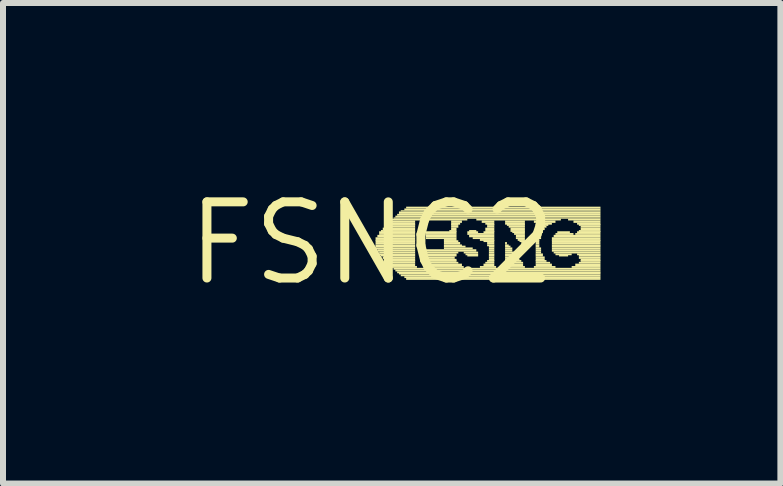
<source format=kicad_pcb>
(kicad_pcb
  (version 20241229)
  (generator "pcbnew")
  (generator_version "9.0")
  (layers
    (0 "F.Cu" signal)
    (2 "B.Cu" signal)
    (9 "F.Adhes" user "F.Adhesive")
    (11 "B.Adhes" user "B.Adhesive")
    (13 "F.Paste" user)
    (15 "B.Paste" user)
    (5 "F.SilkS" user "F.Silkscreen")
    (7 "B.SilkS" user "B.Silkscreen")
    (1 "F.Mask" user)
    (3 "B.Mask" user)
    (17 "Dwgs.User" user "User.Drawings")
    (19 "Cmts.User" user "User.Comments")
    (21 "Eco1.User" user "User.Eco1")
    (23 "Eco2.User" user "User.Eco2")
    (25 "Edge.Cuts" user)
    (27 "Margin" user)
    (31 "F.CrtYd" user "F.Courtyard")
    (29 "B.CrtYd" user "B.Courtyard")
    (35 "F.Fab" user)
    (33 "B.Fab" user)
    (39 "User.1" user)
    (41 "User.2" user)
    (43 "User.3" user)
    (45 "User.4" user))
  (footprint "FSNC2"
    (layer "F.Cu")
    (at 3.152 1.006)
    (property "Reference" "FSNC2" (at 0 0 0) (layer "F.SilkS") (effects (font (size 1.27 1.27) (thickness 0.15))))
    (fp_poly (pts (xy 0.06 -0.07) (xy 0.72 -0.07) (xy 0.72 -0.1) (xy 0.06 -0.1)) (stroke (width 0) (type solid)) (fill yes) (layer "F.SilkS"))
    (fp_poly (pts (xy 0.06 -0.04) (xy 0.72 -0.04) (xy 0.72 -0.07) (xy 0.06 -0.07)) (stroke (width 0) (type solid)) (fill yes) (layer "F.SilkS"))
    (fp_poly (pts (xy 0.06 -0.02) (xy 0.72 -0.02) (xy 0.72 -0.05) (xy 0.06 -0.05)) (stroke (width 0) (type solid)) (fill yes) (layer "F.SilkS"))
    (fp_poly (pts (xy 0.06 0.02) (xy 0.72 0.02) (xy 0.72 -0.02) (xy 0.06 -0.02)) (stroke (width 0) (type solid)) (fill yes) (layer "F.SilkS"))
    (fp_poly (pts (xy 0.06 0.05) (xy 0.72 0.05) (xy 0.72 0.02) (xy 0.06 0.02)) (stroke (width 0) (type solid)) (fill yes) (layer "F.SilkS"))
    (fp_poly (pts (xy 0.06 0.07) (xy 0.72 0.07) (xy 0.72 0.04) (xy 0.06 0.04)) (stroke (width 0) (type solid)) (fill yes) (layer "F.SilkS"))
    (fp_poly (pts (xy 0.06 0.1) (xy 0.72 0.1) (xy 0.72 0.07) (xy 0.06 0.07)) (stroke (width 0) (type solid)) (fill yes) (layer "F.SilkS"))
    (fp_poly (pts (xy 0.09 -0.1) (xy 0.72 -0.1) (xy 0.72 -0.14) (xy 0.09 -0.14)) (stroke (width 0) (type solid)) (fill yes) (layer "F.SilkS"))
    (fp_poly (pts (xy 0.09 0.14) (xy 0.72 0.14) (xy 0.72 0.1) (xy 0.09 0.1)) (stroke (width 0) (type solid)) (fill yes) (layer "F.SilkS"))
    (fp_poly (pts (xy 0.12 -0.17) (xy 0.72 -0.17) (xy 0.72 -0.2) (xy 0.12 -0.2)) (stroke (width 0) (type solid)) (fill yes) (layer "F.SilkS"))
    (fp_poly (pts (xy 0.12 -0.14) (xy 0.72 -0.14) (xy 0.72 -0.17) (xy 0.12 -0.17)) (stroke (width 0) (type solid)) (fill yes) (layer "F.SilkS"))
    (fp_poly (pts (xy 0.12 0.17) (xy 0.72 0.17) (xy 0.72 0.14) (xy 0.12 0.14)) (stroke (width 0) (type solid)) (fill yes) (layer "F.SilkS"))
    (fp_poly (pts (xy 0.12 0.2) (xy 0.72 0.2) (xy 0.72 0.17) (xy 0.12 0.17)) (stroke (width 0) (type solid)) (fill yes) (layer "F.SilkS"))
    (fp_poly (pts (xy 0.15 -0.19) (xy 0.72 -0.19) (xy 0.72 -0.22) (xy 0.15 -0.22)) (stroke (width 0) (type solid)) (fill yes) (layer "F.SilkS"))
    (fp_poly (pts (xy 0.15 0.22) (xy 0.72 0.22) (xy 0.72 0.19) (xy 0.15 0.19)) (stroke (width 0) (type solid)) (fill yes) (layer "F.SilkS"))
    (fp_poly (pts (xy 0.18 -0.22) (xy 0.72 -0.22) (xy 0.72 -0.26) (xy 0.18 -0.26)) (stroke (width 0) (type solid)) (fill yes) (layer "F.SilkS"))
    (fp_poly (pts (xy 0.18 0.26) (xy 0.72 0.26) (xy 0.72 0.22) (xy 0.18 0.22)) (stroke (width 0) (type solid)) (fill yes) (layer "F.SilkS"))
    (fp_poly (pts (xy 0.21 -0.26) (xy 0.72 -0.26) (xy 0.72 -0.29) (xy 0.21 -0.29)) (stroke (width 0) (type solid)) (fill yes) (layer "F.SilkS"))
    (fp_poly (pts (xy 0.21 0.29) (xy 0.72 0.29) (xy 0.72 0.26) (xy 0.21 0.26)) (stroke (width 0) (type solid)) (fill yes) (layer "F.SilkS"))
    (fp_poly (pts (xy 0.24 -0.29) (xy 0.72 -0.29) (xy 0.72 -0.32) (xy 0.24 -0.32)) (stroke (width 0) (type solid)) (fill yes) (layer "F.SilkS"))
    (fp_poly (pts (xy 0.24 0.31) (xy 0.72 0.31) (xy 0.72 0.28) (xy 0.24 0.28)) (stroke (width 0) (type solid)) (fill yes) (layer "F.SilkS"))
    (fp_poly (pts (xy 0.27 -0.31) (xy 0.72 -0.31) (xy 0.72 -0.34) (xy 0.27 -0.34)) (stroke (width 0) (type solid)) (fill yes) (layer "F.SilkS"))
    (fp_poly (pts (xy 0.27 0.34) (xy 0.72 0.34) (xy 0.72 0.31) (xy 0.27 0.31)) (stroke (width 0) (type solid)) (fill yes) (layer "F.SilkS"))
    (fp_poly (pts (xy 0.3 -0.34) (xy 0.72 -0.34) (xy 0.72 -0.38) (xy 0.3 -0.38)) (stroke (width 0) (type solid)) (fill yes) (layer "F.SilkS"))
    (fp_poly (pts (xy 0.3 0.38) (xy 0.72 0.38) (xy 0.72 0.34) (xy 0.3 0.34)) (stroke (width 0) (type solid)) (fill yes) (layer "F.SilkS"))
    (fp_poly (pts (xy 0.33 -0.38) (xy 1.59 -0.38) (xy 1.59 -0.41) (xy 0.33 -0.41)) (stroke (width 0) (type solid)) (fill yes) (layer "F.SilkS"))
    (fp_poly (pts (xy 0.33 0.41) (xy 0.75 0.41) (xy 0.75 0.38) (xy 0.33 0.38)) (stroke (width 0) (type solid)) (fill yes) (layer "F.SilkS"))
    (fp_poly (pts (xy 0.36 -0.41) (xy 3.81 -0.41) (xy 3.81 -0.43) (xy 0.36 -0.43)) (stroke (width 0) (type solid)) (fill yes) (layer "F.SilkS"))
    (fp_poly (pts (xy 0.36 0.44) (xy 3.81 0.44) (xy 3.81 0.41) (xy 0.36 0.41)) (stroke (width 0) (type solid)) (fill yes) (layer "F.SilkS"))
    (fp_poly (pts (xy 0.39 -0.43) (xy 3.81 -0.43) (xy 3.81 -0.46) (xy 0.39 -0.46)) (stroke (width 0) (type solid)) (fill yes) (layer "F.SilkS"))
    (fp_poly (pts (xy 0.39 0.47) (xy 3.81 0.47) (xy 3.81 0.44) (xy 0.39 0.44)) (stroke (width 0) (type solid)) (fill yes) (layer "F.SilkS"))
    (fp_poly (pts (xy 0.42 -0.46) (xy 3.81 -0.46) (xy 3.81 -0.49) (xy 0.42 -0.49)) (stroke (width 0) (type solid)) (fill yes) (layer "F.SilkS"))
    (fp_poly (pts (xy 0.42 0.5) (xy 3.81 0.5) (xy 3.81 0.47) (xy 0.42 0.47)) (stroke (width 0) (type solid)) (fill yes) (layer "F.SilkS"))
    (fp_poly (pts (xy 0.45 -0.49) (xy 3.81 -0.49) (xy 3.81 -0.53) (xy 0.45 -0.53)) (stroke (width 0) (type solid)) (fill yes) (layer "F.SilkS"))
    (fp_poly (pts (xy 0.45 0.52) (xy 3.81 0.52) (xy 3.81 0.49) (xy 0.45 0.49)) (stroke (width 0) (type solid)) (fill yes) (layer "F.SilkS"))
    (fp_poly (pts (xy 0.48 -0.53) (xy 3.81 -0.53) (xy 3.81 -0.55) (xy 0.48 -0.55)) (stroke (width 0) (type solid)) (fill yes) (layer "F.SilkS"))
    (fp_poly (pts (xy 0.48 0.55) (xy 3.81 0.55) (xy 3.81 0.52) (xy 0.48 0.52)) (stroke (width 0) (type solid)) (fill yes) (layer "F.SilkS"))
    (fp_poly (pts (xy 0.54 -0.55) (xy 3.81 -0.55) (xy 3.81 -0.58) (xy 0.54 -0.58)) (stroke (width 0) (type solid)) (fill yes) (layer "F.SilkS"))
    (fp_poly (pts (xy 0.54 0.58) (xy 3.81 0.58) (xy 3.81 0.55) (xy 0.54 0.55)) (stroke (width 0) (type solid)) (fill yes) (layer "F.SilkS"))
    (fp_poly (pts (xy 0.57 -0.58) (xy 3.81 -0.58) (xy 3.81 -0.61) (xy 0.57 -0.61)) (stroke (width 0) (type solid)) (fill yes) (layer "F.SilkS"))
    (fp_poly (pts (xy 0.57 0.61) (xy 3.81 0.61) (xy 3.81 0.58) (xy 0.57 0.58)) (stroke (width 0) (type solid)) (fill yes) (layer "F.SilkS"))
    (fp_poly (pts (xy 0.87 0.41) (xy 1.53 0.41) (xy 1.53 0.38) (xy 0.87 0.38)) (stroke (width 0) (type solid)) (fill yes) (layer "F.SilkS"))
    (fp_poly (pts (xy 0.9 -0.17) (xy 1.41 -0.17) (xy 1.41 -0.2) (xy 0.9 -0.2)) (stroke (width 0) (type solid)) (fill yes) (layer "F.SilkS"))
    (fp_poly (pts (xy 0.9 -0.14) (xy 1.41 -0.14) (xy 1.41 -0.17) (xy 0.9 -0.17)) (stroke (width 0) (type solid)) (fill yes) (layer "F.SilkS"))
    (fp_poly (pts (xy 0.9 -0.1) (xy 1.41 -0.1) (xy 1.41 -0.14) (xy 0.9 -0.14)) (stroke (width 0) (type solid)) (fill yes) (layer "F.SilkS"))
    (fp_poly (pts (xy 0.9 -0.07) (xy 1.41 -0.07) (xy 1.41 -0.1) (xy 0.9 -0.1)) (stroke (width 0) (type solid)) (fill yes) (layer "F.SilkS"))
    (fp_poly (pts (xy 0.9 0.14) (xy 1.74 0.14) (xy 1.74 0.1) (xy 0.9 0.1)) (stroke (width 0) (type solid)) (fill yes) (layer "F.SilkS"))
    (fp_poly (pts (xy 0.9 0.17) (xy 1.44 0.17) (xy 1.44 0.14) (xy 0.9 0.14)) (stroke (width 0) (type solid)) (fill yes) (layer "F.SilkS"))
    (fp_poly (pts (xy 0.9 0.2) (xy 1.41 0.2) (xy 1.41 0.17) (xy 0.9 0.17)) (stroke (width 0) (type solid)) (fill yes) (layer "F.SilkS"))
    (fp_poly (pts (xy 0.9 0.22) (xy 1.41 0.22) (xy 1.41 0.19) (xy 0.9 0.19)) (stroke (width 0) (type solid)) (fill yes) (layer "F.SilkS"))
    (fp_poly (pts (xy 0.9 0.26) (xy 1.38 0.26) (xy 1.38 0.22) (xy 0.9 0.22)) (stroke (width 0) (type solid)) (fill yes) (layer "F.SilkS"))
    (fp_poly (pts (xy 0.9 0.29) (xy 1.41 0.29) (xy 1.41 0.26) (xy 0.9 0.26)) (stroke (width 0) (type solid)) (fill yes) (layer "F.SilkS"))
    (fp_poly (pts (xy 0.9 0.31) (xy 1.41 0.31) (xy 1.41 0.28) (xy 0.9 0.28)) (stroke (width 0) (type solid)) (fill yes) (layer "F.SilkS"))
    (fp_poly (pts (xy 0.9 0.34) (xy 1.44 0.34) (xy 1.44 0.31) (xy 0.9 0.31)) (stroke (width 0) (type solid)) (fill yes) (layer "F.SilkS"))
    (fp_poly (pts (xy 0.9 0.38) (xy 1.5 0.38) (xy 1.5 0.34) (xy 0.9 0.34)) (stroke (width 0) (type solid)) (fill yes) (layer "F.SilkS"))
    (fp_poly (pts (xy 1.2 -0.04) (xy 1.41 -0.04) (xy 1.41 -0.07) (xy 1.2 -0.07)) (stroke (width 0) (type solid)) (fill yes) (layer "F.SilkS"))
    (fp_poly (pts (xy 1.2 -0.02) (xy 1.44 -0.02) (xy 1.44 -0.05) (xy 1.2 -0.05)) (stroke (width 0) (type solid)) (fill yes) (layer "F.SilkS"))
    (fp_poly (pts (xy 1.2 0.02) (xy 1.47 0.02) (xy 1.47 -0.02) (xy 1.2 -0.02)) (stroke (width 0) (type solid)) (fill yes) (layer "F.SilkS"))
    (fp_poly (pts (xy 1.2 0.05) (xy 1.5 0.05) (xy 1.5 0.02) (xy 1.2 0.02)) (stroke (width 0) (type solid)) (fill yes) (layer "F.SilkS"))
    (fp_poly (pts (xy 1.2 0.07) (xy 1.56 0.07) (xy 1.56 0.04) (xy 1.2 0.04)) (stroke (width 0) (type solid)) (fill yes) (layer "F.SilkS"))
    (fp_poly (pts (xy 1.2 0.1) (xy 1.68 0.1) (xy 1.68 0.07) (xy 1.2 0.07)) (stroke (width 0) (type solid)) (fill yes) (layer "F.SilkS"))
    (fp_poly (pts (xy 1.29 -0.19) (xy 1.41 -0.19) (xy 1.41 -0.22) (xy 1.29 -0.22)) (stroke (width 0) (type solid)) (fill yes) (layer "F.SilkS"))
    (fp_poly (pts (xy 1.32 -0.34) (xy 1.5 -0.34) (xy 1.5 -0.38) (xy 1.32 -0.38)) (stroke (width 0) (type solid)) (fill yes) (layer "F.SilkS"))
    (fp_poly (pts (xy 1.32 -0.31) (xy 1.47 -0.31) (xy 1.47 -0.34) (xy 1.32 -0.34)) (stroke (width 0) (type solid)) (fill yes) (layer "F.SilkS"))
    (fp_poly (pts (xy 1.32 -0.29) (xy 1.44 -0.29) (xy 1.44 -0.32) (xy 1.32 -0.32)) (stroke (width 0) (type solid)) (fill yes) (layer "F.SilkS"))
    (fp_poly (pts (xy 1.32 -0.26) (xy 1.44 -0.26) (xy 1.44 -0.29) (xy 1.32 -0.29)) (stroke (width 0) (type solid)) (fill yes) (layer "F.SilkS"))
    (fp_poly (pts (xy 1.32 -0.22) (xy 1.41 -0.22) (xy 1.41 -0.26) (xy 1.32 -0.26)) (stroke (width 0) (type solid)) (fill yes) (layer "F.SilkS"))
    (fp_poly (pts (xy 1.53 0.17) (xy 1.77 0.17) (xy 1.77 0.14) (xy 1.53 0.14)) (stroke (width 0) (type solid)) (fill yes) (layer "F.SilkS"))
    (fp_poly (pts (xy 1.56 0.2) (xy 1.77 0.2) (xy 1.77 0.17) (xy 1.56 0.17)) (stroke (width 0) (type solid)) (fill yes) (layer "F.SilkS"))
    (fp_poly (pts (xy 1.59 -0.17) (xy 1.77 -0.17) (xy 1.77 -0.2) (xy 1.59 -0.2)) (stroke (width 0) (type solid)) (fill yes) (layer "F.SilkS"))
    (fp_poly (pts (xy 1.59 -0.14) (xy 2.04 -0.14) (xy 2.04 -0.17) (xy 1.59 -0.17)) (stroke (width 0) (type solid)) (fill yes) (layer "F.SilkS"))
    (fp_poly (pts (xy 1.59 0.22) (xy 1.77 0.22) (xy 1.77 0.19) (xy 1.59 0.19)) (stroke (width 0) (type solid)) (fill yes) (layer "F.SilkS"))
    (fp_poly (pts (xy 1.62 -0.19) (xy 1.74 -0.19) (xy 1.74 -0.22) (xy 1.62 -0.22)) (stroke (width 0) (type solid)) (fill yes) (layer "F.SilkS"))
    (fp_poly (pts (xy 1.62 -0.1) (xy 2.04 -0.1) (xy 2.04 -0.14) (xy 1.62 -0.14)) (stroke (width 0) (type solid)) (fill yes) (layer "F.SilkS"))
    (fp_poly (pts (xy 1.68 -0.07) (xy 2.04 -0.07) (xy 2.04 -0.1) (xy 1.68 -0.1)) (stroke (width 0) (type solid)) (fill yes) (layer "F.SilkS"))
    (fp_poly (pts (xy 1.74 -0.38) (xy 3.15 -0.38) (xy 3.15 -0.41) (xy 1.74 -0.41)) (stroke (width 0) (type solid)) (fill yes) (layer "F.SilkS"))
    (fp_poly (pts (xy 1.8 -0.04) (xy 2.04 -0.04) (xy 2.04 -0.07) (xy 1.8 -0.07)) (stroke (width 0) (type solid)) (fill yes) (layer "F.SilkS"))
    (fp_poly (pts (xy 1.8 0.41) (xy 2.07 0.41) (xy 2.07 0.38) (xy 1.8 0.38)) (stroke (width 0) (type solid)) (fill yes) (layer "F.SilkS"))
    (fp_poly (pts (xy 1.83 -0.34) (xy 2.04 -0.34) (xy 2.04 -0.38) (xy 1.83 -0.38)) (stroke (width 0) (type solid)) (fill yes) (layer "F.SilkS"))
    (fp_poly (pts (xy 1.86 -0.17) (xy 2.04 -0.17) (xy 2.04 -0.2) (xy 1.86 -0.2)) (stroke (width 0) (type solid)) (fill yes) (layer "F.SilkS"))
    (fp_poly (pts (xy 1.86 -0.02) (xy 2.04 -0.02) (xy 2.04 -0.05) (xy 1.86 -0.05)) (stroke (width 0) (type solid)) (fill yes) (layer "F.SilkS"))
    (fp_poly (pts (xy 1.86 0.38) (xy 2.04 0.38) (xy 2.04 0.34) (xy 1.86 0.34)) (stroke (width 0) (type solid)) (fill yes) (layer "F.SilkS"))
    (fp_poly (pts (xy 1.89 -0.31) (xy 2.04 -0.31) (xy 2.04 -0.34) (xy 1.89 -0.34)) (stroke (width 0) (type solid)) (fill yes) (layer "F.SilkS"))
    (fp_poly (pts (xy 1.89 -0.22) (xy 2.04 -0.22) (xy 2.04 -0.26) (xy 1.89 -0.26)) (stroke (width 0) (type solid)) (fill yes) (layer "F.SilkS"))
    (fp_poly (pts (xy 1.89 -0.19) (xy 2.04 -0.19) (xy 2.04 -0.22) (xy 1.89 -0.22)) (stroke (width 0) (type solid)) (fill yes) (layer "F.SilkS"))
    (fp_poly (pts (xy 1.89 0.34) (xy 2.04 0.34) (xy 2.04 0.31) (xy 1.89 0.31)) (stroke (width 0) (type solid)) (fill yes) (layer "F.SilkS"))
    (fp_poly (pts (xy 1.92 -0.29) (xy 2.04 -0.29) (xy 2.04 -0.32) (xy 1.92 -0.32)) (stroke (width 0) (type solid)) (fill yes) (layer "F.SilkS"))
    (fp_poly (pts (xy 1.92 -0.26) (xy 2.04 -0.26) (xy 2.04 -0.29) (xy 1.92 -0.29)) (stroke (width 0) (type solid)) (fill yes) (layer "F.SilkS"))
    (fp_poly (pts (xy 1.92 0.02) (xy 2.04 0.02) (xy 2.04 -0.02) (xy 1.92 -0.02)) (stroke (width 0) (type solid)) (fill yes) (layer "F.SilkS"))
    (fp_poly (pts (xy 1.92 0.05) (xy 2.04 0.05) (xy 2.04 0.02) (xy 1.92 0.02)) (stroke (width 0) (type solid)) (fill yes) (layer "F.SilkS"))
    (fp_poly (pts (xy 1.92 0.31) (xy 2.04 0.31) (xy 2.04 0.28) (xy 1.92 0.28)) (stroke (width 0) (type solid)) (fill yes) (layer "F.SilkS"))
    (fp_poly (pts (xy 1.95 0.07) (xy 2.04 0.07) (xy 2.04 0.04) (xy 1.95 0.04)) (stroke (width 0) (type solid)) (fill yes) (layer "F.SilkS"))
    (fp_poly (pts (xy 1.95 0.1) (xy 2.04 0.1) (xy 2.04 0.07) (xy 1.95 0.07)) (stroke (width 0) (type solid)) (fill yes) (layer "F.SilkS"))
    (fp_poly (pts (xy 1.95 0.14) (xy 2.04 0.14) (xy 2.04 0.1) (xy 1.95 0.1)) (stroke (width 0) (type solid)) (fill yes) (layer "F.SilkS"))
    (fp_poly (pts (xy 1.95 0.17) (xy 2.04 0.17) (xy 2.04 0.14) (xy 1.95 0.14)) (stroke (width 0) (type solid)) (fill yes) (layer "F.SilkS"))
    (fp_poly (pts (xy 1.95 0.2) (xy 2.04 0.2) (xy 2.04 0.17) (xy 1.95 0.17)) (stroke (width 0) (type solid)) (fill yes) (layer "F.SilkS"))
    (fp_poly (pts (xy 1.95 0.22) (xy 2.04 0.22) (xy 2.04 0.19) (xy 1.95 0.19)) (stroke (width 0) (type solid)) (fill yes) (layer "F.SilkS"))
    (fp_poly (pts (xy 1.95 0.26) (xy 2.04 0.26) (xy 2.04 0.22) (xy 1.95 0.22)) (stroke (width 0) (type solid)) (fill yes) (layer "F.SilkS"))
    (fp_poly (pts (xy 1.95 0.29) (xy 2.04 0.29) (xy 2.04 0.26) (xy 1.95 0.26)) (stroke (width 0) (type solid)) (fill yes) (layer "F.SilkS"))
    (fp_poly (pts (xy 2.19 0.41) (xy 2.55 0.41) (xy 2.55 0.38) (xy 2.19 0.38)) (stroke (width 0) (type solid)) (fill yes) (layer "F.SilkS"))
    (fp_poly (pts (xy 2.22 -0.34) (xy 2.55 -0.34) (xy 2.55 -0.38) (xy 2.22 -0.38)) (stroke (width 0) (type solid)) (fill yes) (layer "F.SilkS"))
    (fp_poly (pts (xy 2.22 -0.31) (xy 2.55 -0.31) (xy 2.55 -0.34) (xy 2.22 -0.34)) (stroke (width 0) (type solid)) (fill yes) (layer "F.SilkS"))
    (fp_poly (pts (xy 2.22 0.02) (xy 2.25 0.02) (xy 2.25 -0.02) (xy 2.22 -0.02)) (stroke (width 0) (type solid)) (fill yes) (layer "F.SilkS"))
    (fp_poly (pts (xy 2.22 0.05) (xy 2.28 0.05) (xy 2.28 0.02) (xy 2.22 0.02)) (stroke (width 0) (type solid)) (fill yes) (layer "F.SilkS"))
    (fp_poly (pts (xy 2.22 0.07) (xy 2.31 0.07) (xy 2.31 0.04) (xy 2.22 0.04)) (stroke (width 0) (type solid)) (fill yes) (layer "F.SilkS"))
    (fp_poly (pts (xy 2.22 0.1) (xy 2.34 0.1) (xy 2.34 0.07) (xy 2.22 0.07)) (stroke (width 0) (type solid)) (fill yes) (layer "F.SilkS"))
    (fp_poly (pts (xy 2.22 0.14) (xy 2.34 0.14) (xy 2.34 0.1) (xy 2.22 0.1)) (stroke (width 0) (type solid)) (fill yes) (layer "F.SilkS"))
    (fp_poly (pts (xy 2.22 0.17) (xy 2.37 0.17) (xy 2.37 0.14) (xy 2.22 0.14)) (stroke (width 0) (type solid)) (fill yes) (layer "F.SilkS"))
    (fp_poly (pts (xy 2.22 0.2) (xy 2.4 0.2) (xy 2.4 0.17) (xy 2.22 0.17)) (stroke (width 0) (type solid)) (fill yes) (layer "F.SilkS"))
    (fp_poly (pts (xy 2.22 0.22) (xy 2.43 0.22) (xy 2.43 0.19) (xy 2.22 0.19)) (stroke (width 0) (type solid)) (fill yes) (layer "F.SilkS"))
    (fp_poly (pts (xy 2.22 0.26) (xy 2.43 0.26) (xy 2.43 0.22) (xy 2.22 0.22)) (stroke (width 0) (type solid)) (fill yes) (layer "F.SilkS"))
    (fp_poly (pts (xy 2.22 0.29) (xy 2.46 0.29) (xy 2.46 0.26) (xy 2.22 0.26)) (stroke (width 0) (type solid)) (fill yes) (layer "F.SilkS"))
    (fp_poly (pts (xy 2.22 0.31) (xy 2.49 0.31) (xy 2.49 0.28) (xy 2.22 0.28)) (stroke (width 0) (type solid)) (fill yes) (layer "F.SilkS"))
    (fp_poly (pts (xy 2.22 0.34) (xy 2.52 0.34) (xy 2.52 0.31) (xy 2.22 0.31)) (stroke (width 0) (type solid)) (fill yes) (layer "F.SilkS"))
    (fp_poly (pts (xy 2.22 0.38) (xy 2.52 0.38) (xy 2.52 0.34) (xy 2.22 0.34)) (stroke (width 0) (type solid)) (fill yes) (layer "F.SilkS"))
    (fp_poly (pts (xy 2.25 -0.29) (xy 2.55 -0.29) (xy 2.55 -0.32) (xy 2.25 -0.32)) (stroke (width 0) (type solid)) (fill yes) (layer "F.SilkS"))
    (fp_poly (pts (xy 2.28 -0.26) (xy 2.55 -0.26) (xy 2.55 -0.29) (xy 2.28 -0.29)) (stroke (width 0) (type solid)) (fill yes) (layer "F.SilkS"))
    (fp_poly (pts (xy 2.31 -0.22) (xy 2.55 -0.22) (xy 2.55 -0.26) (xy 2.31 -0.26)) (stroke (width 0) (type solid)) (fill yes) (layer "F.SilkS"))
    (fp_poly (pts (xy 2.31 -0.19) (xy 2.55 -0.19) (xy 2.55 -0.22) (xy 2.31 -0.22)) (stroke (width 0) (type solid)) (fill yes) (layer "F.SilkS"))
    (fp_poly (pts (xy 2.34 -0.17) (xy 2.55 -0.17) (xy 2.55 -0.2) (xy 2.34 -0.2)) (stroke (width 0) (type solid)) (fill yes) (layer "F.SilkS"))
    (fp_poly (pts (xy 2.37 -0.14) (xy 2.55 -0.14) (xy 2.55 -0.17) (xy 2.37 -0.17)) (stroke (width 0) (type solid)) (fill yes) (layer "F.SilkS"))
    (fp_poly (pts (xy 2.4 -0.1) (xy 2.55 -0.1) (xy 2.55 -0.14) (xy 2.4 -0.14)) (stroke (width 0) (type solid)) (fill yes) (layer "F.SilkS"))
    (fp_poly (pts (xy 2.4 -0.07) (xy 2.55 -0.07) (xy 2.55 -0.1) (xy 2.4 -0.1)) (stroke (width 0) (type solid)) (fill yes) (layer "F.SilkS"))
    (fp_poly (pts (xy 2.43 -0.04) (xy 2.55 -0.04) (xy 2.55 -0.07) (xy 2.43 -0.07)) (stroke (width 0) (type solid)) (fill yes) (layer "F.SilkS"))
    (fp_poly (pts (xy 2.46 -0.02) (xy 2.55 -0.02) (xy 2.55 -0.05) (xy 2.46 -0.05)) (stroke (width 0) (type solid)) (fill yes) (layer "F.SilkS"))
    (fp_poly (pts (xy 2.49 0.02) (xy 2.55 0.02) (xy 2.55 -0.02) (xy 2.49 -0.02)) (stroke (width 0) (type solid)) (fill yes) (layer "F.SilkS"))
    (fp_poly (pts (xy 2.49 0.05) (xy 2.55 0.05) (xy 2.55 0.02) (xy 2.49 0.02)) (stroke (width 0) (type solid)) (fill yes) (layer "F.SilkS"))
    (fp_poly (pts (xy 2.7 -0.34) (xy 3.06 -0.34) (xy 3.06 -0.38) (xy 2.7 -0.38)) (stroke (width 0) (type solid)) (fill yes) (layer "F.SilkS"))
    (fp_poly (pts (xy 2.7 0.41) (xy 3.06 0.41) (xy 3.06 0.38) (xy 2.7 0.38)) (stroke (width 0) (type solid)) (fill yes) (layer "F.SilkS"))
    (fp_poly (pts (xy 2.73 -0.31) (xy 3 -0.31) (xy 3 -0.34) (xy 2.73 -0.34)) (stroke (width 0) (type solid)) (fill yes) (layer "F.SilkS"))
    (fp_poly (pts (xy 2.73 -0.29) (xy 2.94 -0.29) (xy 2.94 -0.32) (xy 2.73 -0.32)) (stroke (width 0) (type solid)) (fill yes) (layer "F.SilkS"))
    (fp_poly (pts (xy 2.73 -0.26) (xy 2.91 -0.26) (xy 2.91 -0.29) (xy 2.73 -0.29)) (stroke (width 0) (type solid)) (fill yes) (layer "F.SilkS"))
    (fp_poly (pts (xy 2.73 -0.22) (xy 2.88 -0.22) (xy 2.88 -0.26) (xy 2.73 -0.26)) (stroke (width 0) (type solid)) (fill yes) (layer "F.SilkS"))
    (fp_poly (pts (xy 2.73 -0.19) (xy 2.85 -0.19) (xy 2.85 -0.22) (xy 2.73 -0.22)) (stroke (width 0) (type solid)) (fill yes) (layer "F.SilkS"))
    (fp_poly (pts (xy 2.73 -0.17) (xy 2.85 -0.17) (xy 2.85 -0.2) (xy 2.73 -0.2)) (stroke (width 0) (type solid)) (fill yes) (layer "F.SilkS"))
    (fp_poly (pts (xy 2.73 -0.14) (xy 2.82 -0.14) (xy 2.82 -0.17) (xy 2.73 -0.17)) (stroke (width 0) (type solid)) (fill yes) (layer "F.SilkS"))
    (fp_poly (pts (xy 2.73 -0.1) (xy 2.82 -0.1) (xy 2.82 -0.14) (xy 2.73 -0.14)) (stroke (width 0) (type solid)) (fill yes) (layer "F.SilkS"))
    (fp_poly (pts (xy 2.73 -0.07) (xy 2.82 -0.07) (xy 2.82 -0.1) (xy 2.73 -0.1)) (stroke (width 0) (type solid)) (fill yes) (layer "F.SilkS"))
    (fp_poly (pts (xy 2.73 -0.04) (xy 2.79 -0.04) (xy 2.79 -0.07) (xy 2.73 -0.07)) (stroke (width 0) (type solid)) (fill yes) (layer "F.SilkS"))
    (fp_poly (pts (xy 2.73 -0.02) (xy 2.79 -0.02) (xy 2.79 -0.05) (xy 2.73 -0.05)) (stroke (width 0) (type solid)) (fill yes) (layer "F.SilkS"))
    (fp_poly (pts (xy 2.73 0.02) (xy 2.79 0.02) (xy 2.79 -0.02) (xy 2.73 -0.02)) (stroke (width 0) (type solid)) (fill yes) (layer "F.SilkS"))
    (fp_poly (pts (xy 2.73 0.05) (xy 2.79 0.05) (xy 2.79 0.02) (xy 2.73 0.02)) (stroke (width 0) (type solid)) (fill yes) (layer "F.SilkS"))
    (fp_poly (pts (xy 2.73 0.07) (xy 2.79 0.07) (xy 2.79 0.04) (xy 2.73 0.04)) (stroke (width 0) (type solid)) (fill yes) (layer "F.SilkS"))
    (fp_poly (pts (xy 2.73 0.1) (xy 2.82 0.1) (xy 2.82 0.07) (xy 2.73 0.07)) (stroke (width 0) (type solid)) (fill yes) (layer "F.SilkS"))
    (fp_poly (pts (xy 2.73 0.14) (xy 2.82 0.14) (xy 2.82 0.1) (xy 2.73 0.1)) (stroke (width 0) (type solid)) (fill yes) (layer "F.SilkS"))
    (fp_poly (pts (xy 2.73 0.17) (xy 2.82 0.17) (xy 2.82 0.14) (xy 2.73 0.14)) (stroke (width 0) (type solid)) (fill yes) (layer "F.SilkS"))
    (fp_poly (pts (xy 2.73 0.2) (xy 2.85 0.2) (xy 2.85 0.17) (xy 2.73 0.17)) (stroke (width 0) (type solid)) (fill yes) (layer "F.SilkS"))
    (fp_poly (pts (xy 2.73 0.22) (xy 2.85 0.22) (xy 2.85 0.19) (xy 2.73 0.19)) (stroke (width 0) (type solid)) (fill yes) (layer "F.SilkS"))
    (fp_poly (pts (xy 2.73 0.26) (xy 2.88 0.26) (xy 2.88 0.22) (xy 2.73 0.22)) (stroke (width 0) (type solid)) (fill yes) (layer "F.SilkS"))
    (fp_poly (pts (xy 2.73 0.29) (xy 2.88 0.29) (xy 2.88 0.26) (xy 2.73 0.26)) (stroke (width 0) (type solid)) (fill yes) (layer "F.SilkS"))
    (fp_poly (pts (xy 2.73 0.31) (xy 2.91 0.31) (xy 2.91 0.28) (xy 2.73 0.28)) (stroke (width 0) (type solid)) (fill yes) (layer "F.SilkS"))
    (fp_poly (pts (xy 2.73 0.34) (xy 2.97 0.34) (xy 2.97 0.31) (xy 2.73 0.31)) (stroke (width 0) (type solid)) (fill yes) (layer "F.SilkS"))
    (fp_poly (pts (xy 2.73 0.38) (xy 3 0.38) (xy 3 0.34) (xy 2.73 0.34)) (stroke (width 0) (type solid)) (fill yes) (layer "F.SilkS"))
    (fp_poly (pts (xy 3 -0.07) (xy 3.81 -0.07) (xy 3.81 -0.1) (xy 3 -0.1)) (stroke (width 0) (type solid)) (fill yes) (layer "F.SilkS"))
    (fp_poly (pts (xy 3 -0.04) (xy 3.81 -0.04) (xy 3.81 -0.07) (xy 3 -0.07)) (stroke (width 0) (type solid)) (fill yes) (layer "F.SilkS"))
    (fp_poly (pts (xy 3 -0.02) (xy 3.81 -0.02) (xy 3.81 -0.05) (xy 3 -0.05)) (stroke (width 0) (type solid)) (fill yes) (layer "F.SilkS"))
    (fp_poly (pts (xy 3 0.02) (xy 3.81 0.02) (xy 3.81 -0.02) (xy 3 -0.02)) (stroke (width 0) (type solid)) (fill yes) (layer "F.SilkS"))
    (fp_poly (pts (xy 3 0.05) (xy 3.81 0.05) (xy 3.81 0.02) (xy 3 0.02)) (stroke (width 0) (type solid)) (fill yes) (layer "F.SilkS"))
    (fp_poly (pts (xy 3 0.07) (xy 3.81 0.07) (xy 3.81 0.04) (xy 3 0.04)) (stroke (width 0) (type solid)) (fill yes) (layer "F.SilkS"))
    (fp_poly (pts (xy 3 0.1) (xy 3.81 0.1) (xy 3.81 0.07) (xy 3 0.07)) (stroke (width 0) (type solid)) (fill yes) (layer "F.SilkS"))
    (fp_poly (pts (xy 3 0.14) (xy 3.81 0.14) (xy 3.81 0.1) (xy 3 0.1)) (stroke (width 0) (type solid)) (fill yes) (layer "F.SilkS"))
    (fp_poly (pts (xy 3.03 -0.1) (xy 3.81 -0.1) (xy 3.81 -0.14) (xy 3.03 -0.14)) (stroke (width 0) (type solid)) (fill yes) (layer "F.SilkS"))
    (fp_poly (pts (xy 3.03 0.17) (xy 3.81 0.17) (xy 3.81 0.14) (xy 3.03 0.14)) (stroke (width 0) (type solid)) (fill yes) (layer "F.SilkS"))
    (fp_poly (pts (xy 3.06 -0.14) (xy 3.36 -0.14) (xy 3.36 -0.17) (xy 3.06 -0.17)) (stroke (width 0) (type solid)) (fill yes) (layer "F.SilkS"))
    (fp_poly (pts (xy 3.06 0.2) (xy 3.33 0.2) (xy 3.33 0.17) (xy 3.06 0.17)) (stroke (width 0) (type solid)) (fill yes) (layer "F.SilkS"))
    (fp_poly (pts (xy 3.09 -0.17) (xy 3.3 -0.17) (xy 3.3 -0.2) (xy 3.09 -0.2)) (stroke (width 0) (type solid)) (fill yes) (layer "F.SilkS"))
    (fp_poly (pts (xy 3.12 0.22) (xy 3.27 0.22) (xy 3.27 0.19) (xy 3.12 0.19)) (stroke (width 0) (type solid)) (fill yes) (layer "F.SilkS"))
    (fp_poly (pts (xy 3.27 -0.38) (xy 3.81 -0.38) (xy 3.81 -0.41) (xy 3.27 -0.41)) (stroke (width 0) (type solid)) (fill yes) (layer "F.SilkS"))
    (fp_poly (pts (xy 3.33 0.41) (xy 3.81 0.41) (xy 3.81 0.38) (xy 3.33 0.38)) (stroke (width 0) (type solid)) (fill yes) (layer "F.SilkS"))
    (fp_poly (pts (xy 3.36 -0.34) (xy 3.81 -0.34) (xy 3.81 -0.38) (xy 3.36 -0.38)) (stroke (width 0) (type solid)) (fill yes) (layer "F.SilkS"))
    (fp_poly (pts (xy 3.39 -0.14) (xy 3.81 -0.14) (xy 3.81 -0.17) (xy 3.39 -0.17)) (stroke (width 0) (type solid)) (fill yes) (layer "F.SilkS"))
    (fp_poly (pts (xy 3.39 0.38) (xy 3.81 0.38) (xy 3.81 0.34) (xy 3.39 0.34)) (stroke (width 0) (type solid)) (fill yes) (layer "F.SilkS"))
    (fp_poly (pts (xy 3.42 -0.31) (xy 3.81 -0.31) (xy 3.81 -0.34) (xy 3.42 -0.34)) (stroke (width 0) (type solid)) (fill yes) (layer "F.SilkS"))
    (fp_poly (pts (xy 3.42 -0.17) (xy 3.81 -0.17) (xy 3.81 -0.2) (xy 3.42 -0.2)) (stroke (width 0) (type solid)) (fill yes) (layer "F.SilkS"))
    (fp_poly (pts (xy 3.42 0.2) (xy 3.81 0.2) (xy 3.81 0.17) (xy 3.42 0.17)) (stroke (width 0) (type solid)) (fill yes) (layer "F.SilkS"))
    (fp_poly (pts (xy 3.45 -0.29) (xy 3.81 -0.29) (xy 3.81 -0.32) (xy 3.45 -0.32)) (stroke (width 0) (type solid)) (fill yes) (layer "F.SilkS"))
    (fp_poly (pts (xy 3.45 -0.19) (xy 3.81 -0.19) (xy 3.81 -0.22) (xy 3.45 -0.22)) (stroke (width 0) (type solid)) (fill yes) (layer "F.SilkS"))
    (fp_poly (pts (xy 3.45 0.22) (xy 3.81 0.22) (xy 3.81 0.19) (xy 3.45 0.19)) (stroke (width 0) (type solid)) (fill yes) (layer "F.SilkS"))
    (fp_poly (pts (xy 3.45 0.26) (xy 3.81 0.26) (xy 3.81 0.22) (xy 3.45 0.22)) (stroke (width 0) (type solid)) (fill yes) (layer "F.SilkS"))
    (fp_poly (pts (xy 3.45 0.34) (xy 3.81 0.34) (xy 3.81 0.31) (xy 3.45 0.31)) (stroke (width 0) (type solid)) (fill yes) (layer "F.SilkS"))
    (fp_poly (pts (xy 3.48 -0.26) (xy 3.81 -0.26) (xy 3.81 -0.29) (xy 3.48 -0.29)) (stroke (width 0) (type solid)) (fill yes) (layer "F.SilkS"))
    (fp_poly (pts (xy 3.48 -0.22) (xy 3.81 -0.22) (xy 3.81 -0.26) (xy 3.48 -0.26)) (stroke (width 0) (type solid)) (fill yes) (layer "F.SilkS"))
    (fp_poly (pts (xy 3.48 0.29) (xy 3.81 0.29) (xy 3.81 0.26) (xy 3.48 0.26)) (stroke (width 0) (type solid)) (fill yes) (layer "F.SilkS"))
    (fp_poly (pts (xy 3.48 0.31) (xy 3.81 0.31) (xy 3.81 0.28) (xy 3.48 0.28)) (stroke (width 0) (type solid)) (fill yes) (layer "F.SilkS")))
  (gr_rect
    (start -3 -3)
    (end 9.962 5.012)
    (stroke (width 0.1) (type default))
    (fill no)
    (layer "Edge.Cuts")))
</source>
